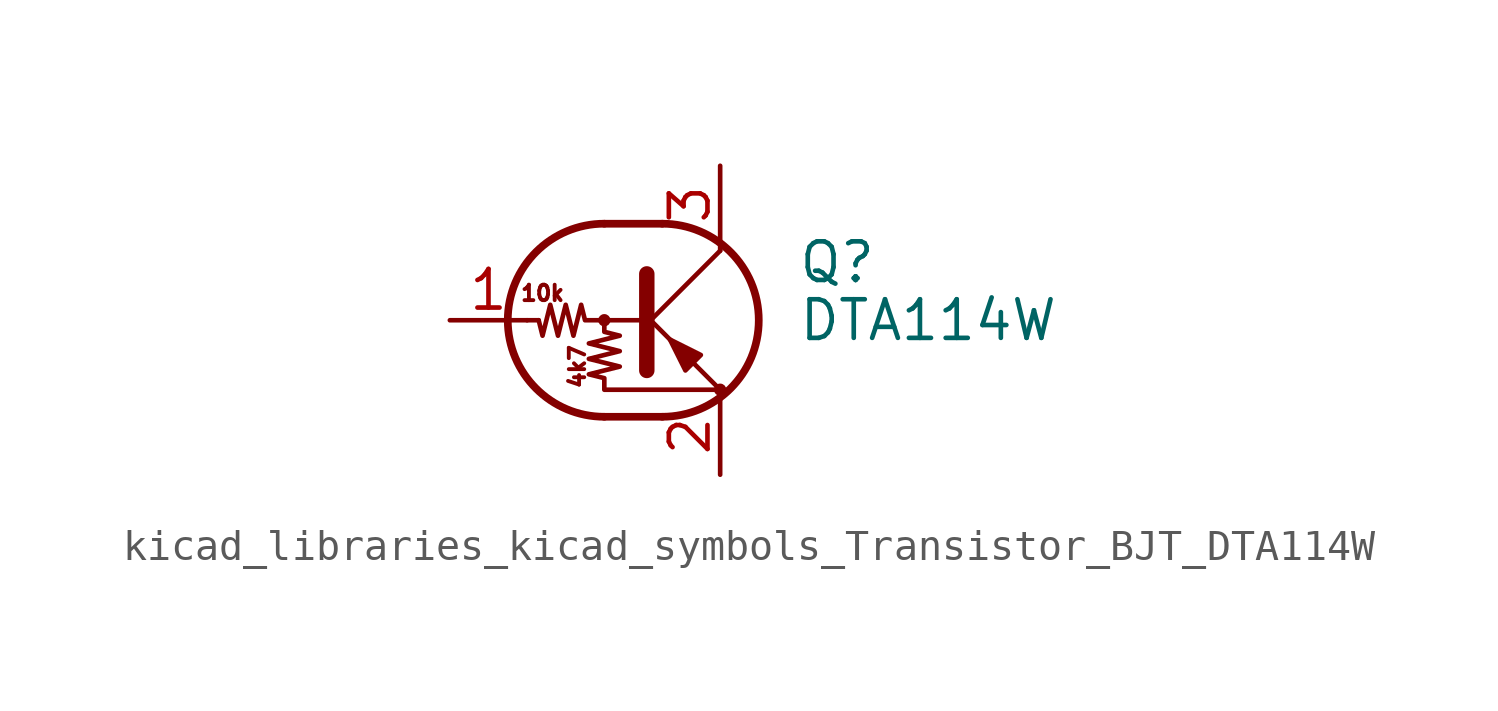
<source format=kicad_sym>
(kicad_symbol_lib
  (version 20220914)
  (generator kicad_symbol_editor)
  (symbol "kicad_libraries_kicad_symbols_Transistor_BJT_DTA114W"
    (pin_names
      (offset 0) hide)
    (property "Reference" "Q"
      (at 5.08 1.905 0)
      (effects (font (size 1.27 1.27)) (justify left)))
    (property "Value" "DTA114W"
      (at 5.08 0 0)
      (effects (font (size 1.27 1.27)) (justify left)))
    (symbol "kicad_libraries_kicad_symbols_Transistor_BJT_DTA114W_0_0"
      (text "10k" (at -3.302 0.889 0) (effects (font (size 0.508 0.508))))
      (text "4k7" (at -2.159 -1.524 900) (effects (font (size 0.508 0.508)))))
    (symbol "kicad_libraries_kicad_symbols_Transistor_BJT_DTA114W_0_1"
      (circle (center -1.27 0) (radius 0.127) (stroke (width 0) (type default)) (fill (type none)))
      (arc (start -1.27 3.175) (mid -4.4312 0) (end -1.27 -3.175) (stroke (width 0.254) (type default)) (fill (type none)))
      (polyline (pts (xy -3.429 0) (xy -3.81 0)) (stroke (width 0) (type default)) (fill (type none)))
      (polyline (pts (xy -1.27 -3.175) (xy 0.635 -3.175)) (stroke (width 0.254) (type default)) (fill (type none)))
      (polyline (pts (xy -1.27 3.175) (xy 0.635 3.175)) (stroke (width 0.254) (type default)) (fill (type none)))
      (polyline (pts (xy 0 -0.254) (xy 2.54 2.286)) (stroke (width 0) (type default)) (fill (type none)))
      (polyline (pts (xy 0.127 1.524) (xy 0.127 -1.651)) (stroke (width 0.508) (type default)) (fill (type outline)))
      (polyline (pts (xy 2.54 2.286) (xy 2.54 2.54)) (stroke (width 0) (type default)) (fill (type none)))
      (polyline (pts (xy 2.54 -2.286) (xy 0 0.254) (xy 0 0.254)) (stroke (width 0) (type default)) (fill (type none)))
      (polyline (pts (xy 1.397 -1.651) (xy 1.905 -1.143) (xy 0.889 -0.635) (xy 1.397 -1.651)) (stroke (width 0) (type default)) (fill (type outline)))
      (polyline (pts (xy 0 0) (xy -1.905 0) (xy -2.032 0.508) (xy -2.286 -0.508) (xy -2.54 0.508) (xy -2.794 -0.508) (xy -3.048 0.508) (xy -3.302 -0.508) (xy -3.429 0)) (stroke (width 0) (type default)) (fill (type none)))
      (polyline (pts (xy -1.27 0) (xy -1.27 -0.381) (xy -0.762 -0.508) (xy -1.778 -0.762) (xy -0.762 -1.016) (xy -1.778 -1.27) (xy -0.762 -1.524) (xy -1.778 -1.778) (xy -1.27 -1.905) (xy -1.27 -2.286) (xy 2.54 -2.286)) (stroke (width 0) (type default)) (fill (type none)))
      (arc (start 0.635 -3.175) (mid 3.7962 0) (end 0.635 3.175) (stroke (width 0.254) (type default)) (fill (type none)))
      (circle (center 2.54 -2.286) (radius 0.127) (stroke (width 0) (type default)) (fill (type none))))
    (symbol "kicad_libraries_kicad_symbols_Transistor_BJT_DTA114W_1_1"
      (pin input line (at -6.35 0 0) (length 2.54) (name "B" (effects (font (size 1.27 1.27)))) (number "1" (effects (font (size 1.27 1.27)))))
      (pin passive line (at 2.54 -5.08 90) (length 2.54) (name "E" (effects (font (size 1.27 1.27)))) (number "2" (effects (font (size 1.27 1.27)))))
      (pin passive line (at 2.54 5.08 270) (length 2.54) (name "C" (effects (font (size 1.27 1.27)))) (number "3" (effects (font (size 1.27 1.27))))))))
</source>
